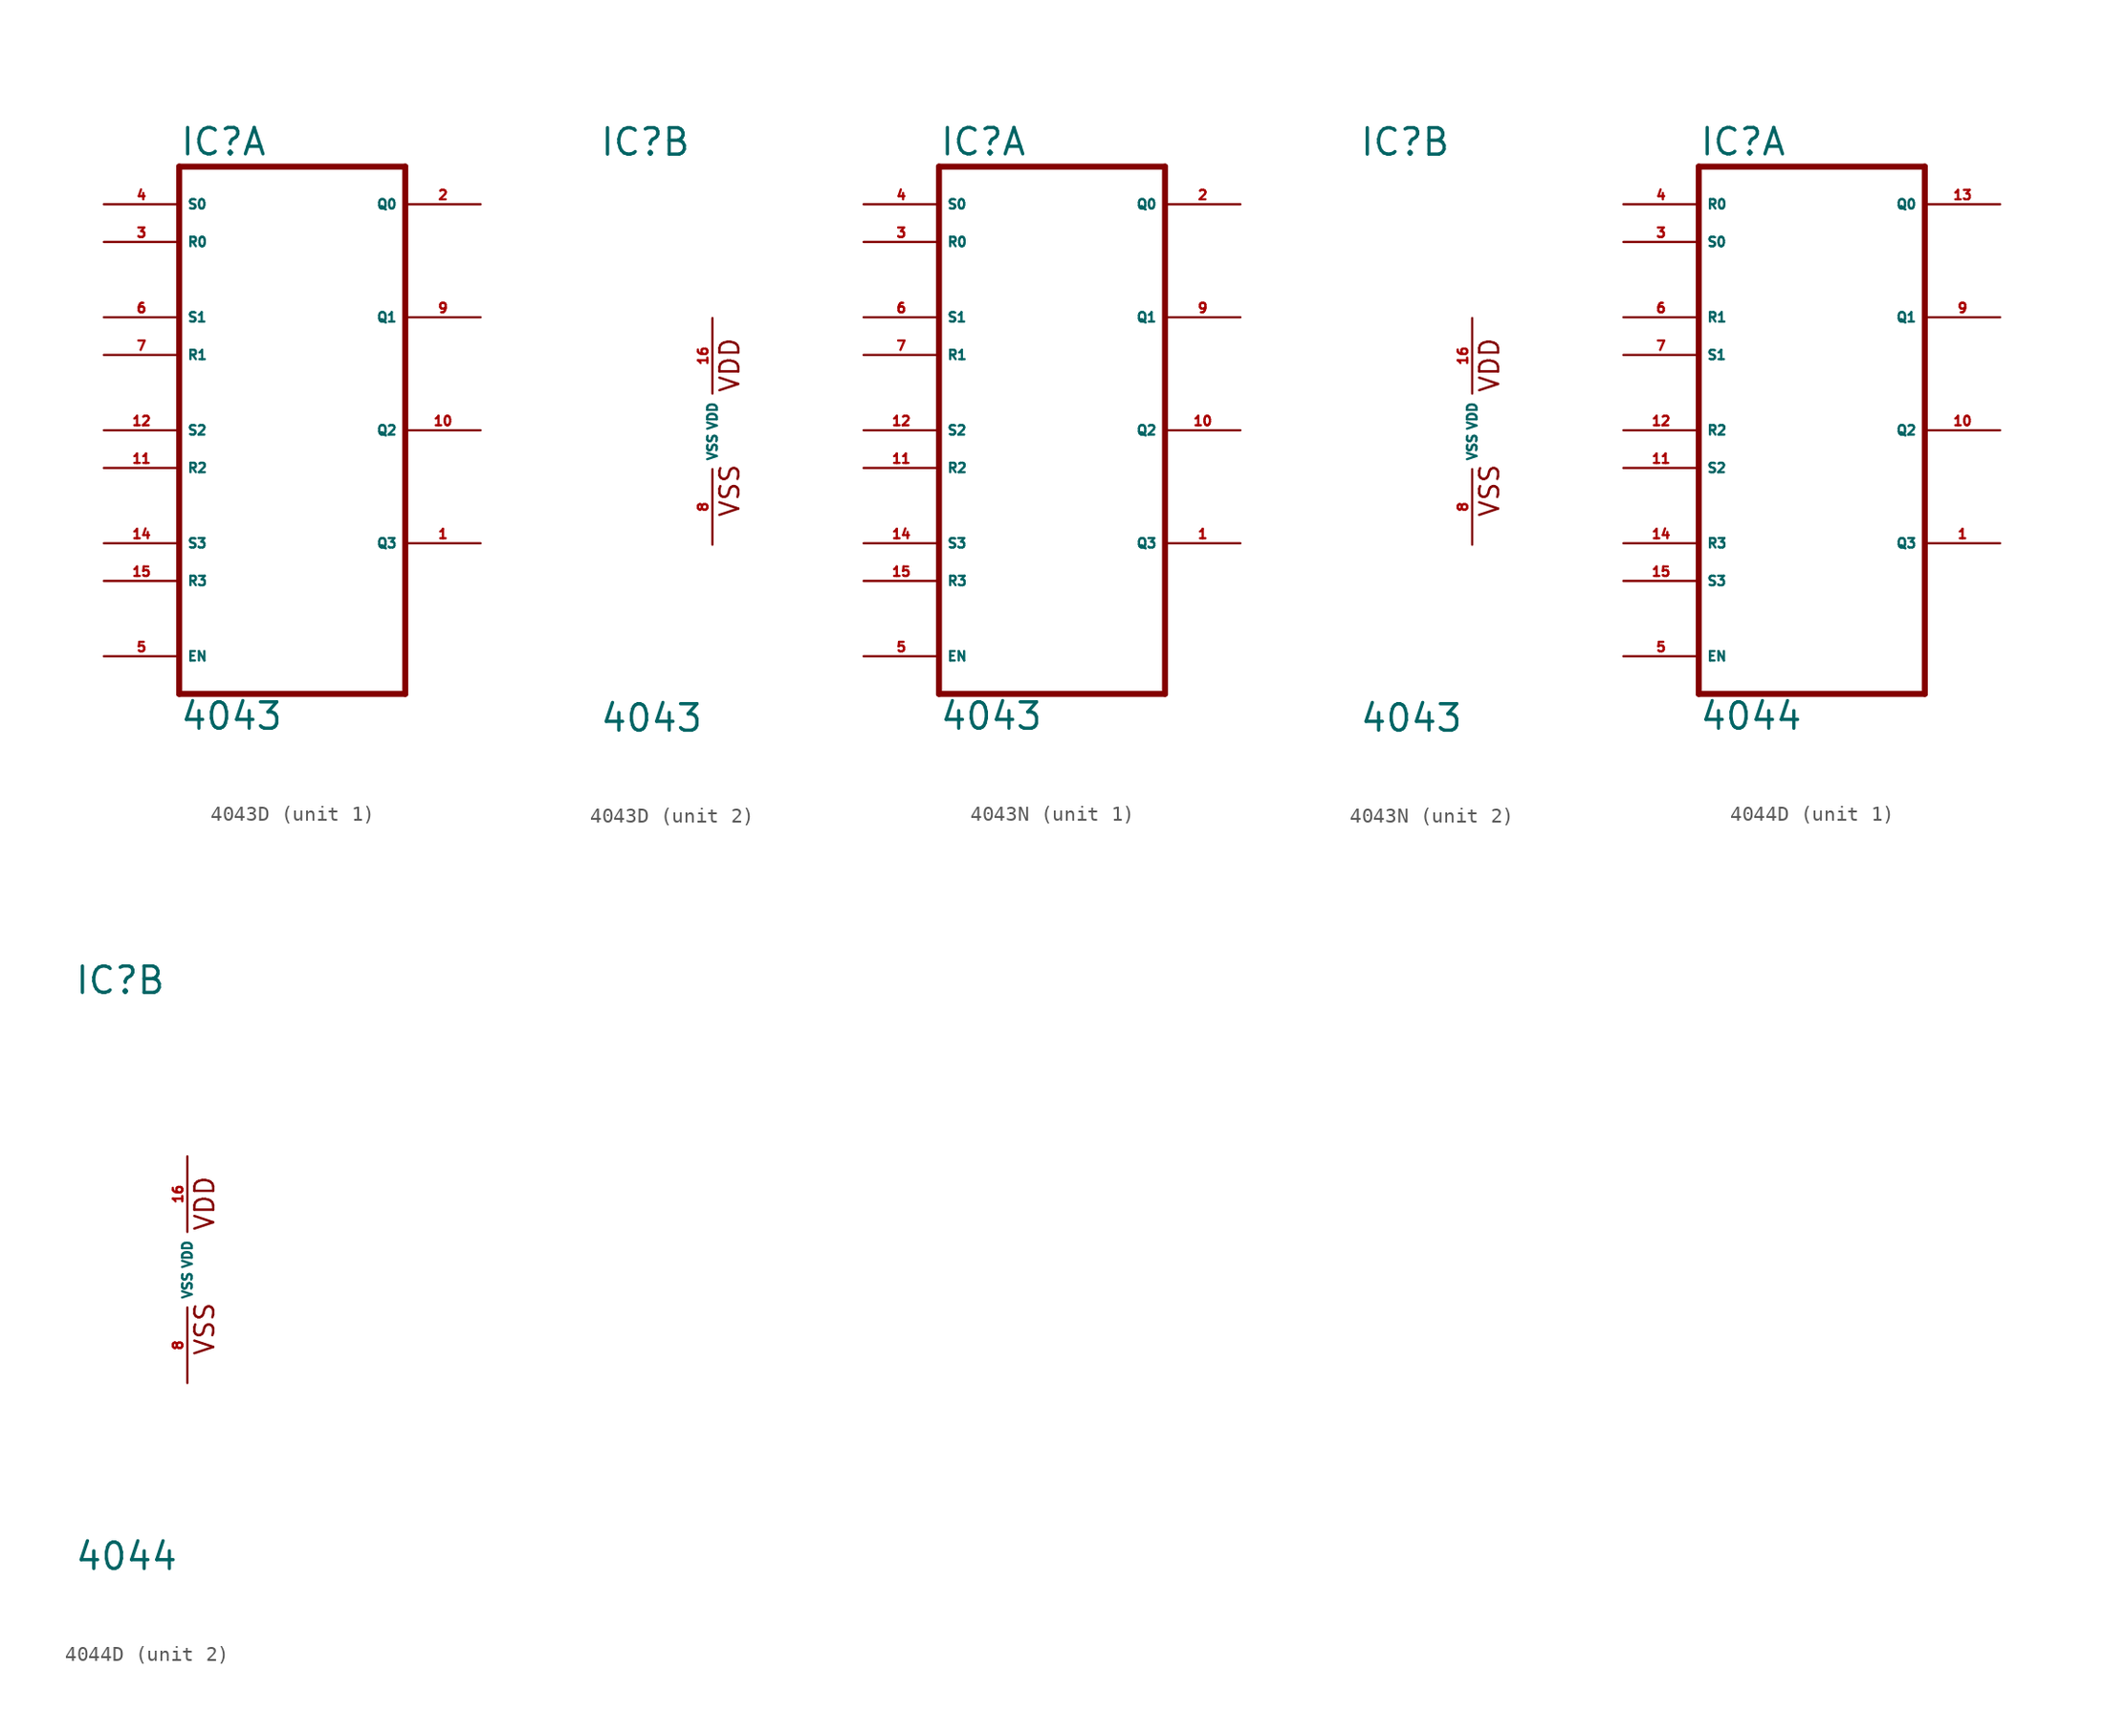
<source format=kicad_sym>
(kicad_symbol_lib
  (version 20220914)
  (generator Eagle2Kicad)
  (symbol "4043D"
    (property "Reference" "IC"
      (at -7.62 18.415 0)
      (effects (font (size 1.778 1.778) (thickness 0.22)) (justify left bottom)))
    (property "Value" "4043"
      (at -7.62 -20.32 0)
      (effects (font (size 1.778 1.778) (thickness 0.22)) (justify left bottom)))
    (symbol "4043D_1_0"
      (polyline (pts (xy -7.62 -17.78) (xy 7.62 -17.78)) (stroke (width 0.406) (type default)) (fill (type none)))
      (polyline (pts (xy 7.62 -17.78) (xy 7.62 17.78)) (stroke (width 0.406) (type default)) (fill (type none)))
      (polyline (pts (xy 7.62 17.78) (xy -7.62 17.78)) (stroke (width 0.406) (type default)) (fill (type none)))
      (polyline (pts (xy -7.62 17.78) (xy -7.62 -17.78)) (stroke (width 0.406) (type default)) (fill (type none)))
      (pin output line (at 12.7 -7.62 180) (length 5.08) (name "Q3" (effects (font (size 0.635 0.635) (thickness 0.08)) (justify left bottom))) (number "1" (effects (font (size 0.635 0.635) (thickness 0.08)) (justify left bottom))))
      (pin output line (at 12.7 15.24 180) (length 5.08) (name "Q0" (effects (font (size 0.635 0.635) (thickness 0.08)) (justify left bottom))) (number "2" (effects (font (size 0.635 0.635) (thickness 0.08)) (justify left bottom))))
      (pin input line (at -12.7 12.7 0) (length 5.08) (name "R0" (effects (font (size 0.635 0.635) (thickness 0.08)) (justify left bottom))) (number "3" (effects (font (size 0.635 0.635) (thickness 0.08)) (justify left bottom))))
      (pin input line (at -12.7 15.24 0) (length 5.08) (name "S0" (effects (font (size 0.635 0.635) (thickness 0.08)) (justify left bottom))) (number "4" (effects (font (size 0.635 0.635) (thickness 0.08)) (justify left bottom))))
      (pin input line (at -12.7 -15.24 0) (length 5.08) (name "EN" (effects (font (size 0.635 0.635) (thickness 0.08)) (justify left bottom))) (number "5" (effects (font (size 0.635 0.635) (thickness 0.08)) (justify left bottom))))
      (pin input line (at -12.7 7.62 0) (length 5.08) (name "S1" (effects (font (size 0.635 0.635) (thickness 0.08)) (justify left bottom))) (number "6" (effects (font (size 0.635 0.635) (thickness 0.08)) (justify left bottom))))
      (pin input line (at -12.7 5.08 0) (length 5.08) (name "R1" (effects (font (size 0.635 0.635) (thickness 0.08)) (justify left bottom))) (number "7" (effects (font (size 0.635 0.635) (thickness 0.08)) (justify left bottom))))
      (pin output line (at 12.7 7.62 180) (length 5.08) (name "Q1" (effects (font (size 0.635 0.635) (thickness 0.08)) (justify left bottom))) (number "9" (effects (font (size 0.635 0.635) (thickness 0.08)) (justify left bottom))))
      (pin output line (at 12.7 0 180) (length 5.08) (name "Q2" (effects (font (size 0.635 0.635) (thickness 0.08)) (justify left bottom))) (number "10" (effects (font (size 0.635 0.635) (thickness 0.08)) (justify left bottom))))
      (pin input line (at -12.7 -2.54 0) (length 5.08) (name "R2" (effects (font (size 0.635 0.635) (thickness 0.08)) (justify left bottom))) (number "11" (effects (font (size 0.635 0.635) (thickness 0.08)) (justify left bottom))))
      (pin input line (at -12.7 0 0) (length 5.08) (name "S2" (effects (font (size 0.635 0.635) (thickness 0.08)) (justify left bottom))) (number "12" (effects (font (size 0.635 0.635) (thickness 0.08)) (justify left bottom))))
      (pin input line (at -12.7 -7.62 0) (length 5.08) (name "S3" (effects (font (size 0.635 0.635) (thickness 0.08)) (justify left bottom))) (number "14" (effects (font (size 0.635 0.635) (thickness 0.08)) (justify left bottom))))
      (pin input line (at -12.7 -10.16 0) (length 5.08) (name "R3" (effects (font (size 0.635 0.635) (thickness 0.08)) (justify left bottom))) (number "15" (effects (font (size 0.635 0.635) (thickness 0.08)) (justify left bottom)))))
    (symbol "4043D_2_0"
      (text "VDD" (at 1.905 2.54 900) (effects (font (size 1.27 1.27) (thickness 0.16)) (justify left bottom)))
      (text "VSS" (at 1.905 -5.842 900) (effects (font (size 1.27 1.27) (thickness 0.16)) (justify left bottom)))
      (pin unspecified line (at 0 -7.62 90) (length 5.08) (name "VSS" (effects (font (size 0.635 0.635) (thickness 0.08)) (justify left bottom))) (number "8" (effects (font (size 0.635 0.635) (thickness 0.08)) (justify left bottom))))
      (pin unspecified line (at 0 7.62 270) (length 5.08) (name "VDD" (effects (font (size 0.635 0.635) (thickness 0.08)) (justify left bottom))) (number "16" (effects (font (size 0.635 0.635) (thickness 0.08)) (justify left bottom))))))
  (symbol "4043N"
    (property "Reference" "IC"
      (at -7.62 18.415 0)
      (effects (font (size 1.778 1.778) (thickness 0.22)) (justify left bottom)))
    (property "Value" "4043"
      (at -7.62 -20.32 0)
      (effects (font (size 1.778 1.778) (thickness 0.22)) (justify left bottom)))
    (symbol "4043N_1_0"
      (polyline (pts (xy -7.62 -17.78) (xy 7.62 -17.78)) (stroke (width 0.406) (type default)) (fill (type none)))
      (polyline (pts (xy 7.62 -17.78) (xy 7.62 17.78)) (stroke (width 0.406) (type default)) (fill (type none)))
      (polyline (pts (xy 7.62 17.78) (xy -7.62 17.78)) (stroke (width 0.406) (type default)) (fill (type none)))
      (polyline (pts (xy -7.62 17.78) (xy -7.62 -17.78)) (stroke (width 0.406) (type default)) (fill (type none)))
      (pin output line (at 12.7 -7.62 180) (length 5.08) (name "Q3" (effects (font (size 0.635 0.635) (thickness 0.08)) (justify left bottom))) (number "1" (effects (font (size 0.635 0.635) (thickness 0.08)) (justify left bottom))))
      (pin output line (at 12.7 15.24 180) (length 5.08) (name "Q0" (effects (font (size 0.635 0.635) (thickness 0.08)) (justify left bottom))) (number "2" (effects (font (size 0.635 0.635) (thickness 0.08)) (justify left bottom))))
      (pin input line (at -12.7 12.7 0) (length 5.08) (name "R0" (effects (font (size 0.635 0.635) (thickness 0.08)) (justify left bottom))) (number "3" (effects (font (size 0.635 0.635) (thickness 0.08)) (justify left bottom))))
      (pin input line (at -12.7 15.24 0) (length 5.08) (name "S0" (effects (font (size 0.635 0.635) (thickness 0.08)) (justify left bottom))) (number "4" (effects (font (size 0.635 0.635) (thickness 0.08)) (justify left bottom))))
      (pin input line (at -12.7 -15.24 0) (length 5.08) (name "EN" (effects (font (size 0.635 0.635) (thickness 0.08)) (justify left bottom))) (number "5" (effects (font (size 0.635 0.635) (thickness 0.08)) (justify left bottom))))
      (pin input line (at -12.7 7.62 0) (length 5.08) (name "S1" (effects (font (size 0.635 0.635) (thickness 0.08)) (justify left bottom))) (number "6" (effects (font (size 0.635 0.635) (thickness 0.08)) (justify left bottom))))
      (pin input line (at -12.7 5.08 0) (length 5.08) (name "R1" (effects (font (size 0.635 0.635) (thickness 0.08)) (justify left bottom))) (number "7" (effects (font (size 0.635 0.635) (thickness 0.08)) (justify left bottom))))
      (pin output line (at 12.7 7.62 180) (length 5.08) (name "Q1" (effects (font (size 0.635 0.635) (thickness 0.08)) (justify left bottom))) (number "9" (effects (font (size 0.635 0.635) (thickness 0.08)) (justify left bottom))))
      (pin output line (at 12.7 0 180) (length 5.08) (name "Q2" (effects (font (size 0.635 0.635) (thickness 0.08)) (justify left bottom))) (number "10" (effects (font (size 0.635 0.635) (thickness 0.08)) (justify left bottom))))
      (pin input line (at -12.7 -2.54 0) (length 5.08) (name "R2" (effects (font (size 0.635 0.635) (thickness 0.08)) (justify left bottom))) (number "11" (effects (font (size 0.635 0.635) (thickness 0.08)) (justify left bottom))))
      (pin input line (at -12.7 0 0) (length 5.08) (name "S2" (effects (font (size 0.635 0.635) (thickness 0.08)) (justify left bottom))) (number "12" (effects (font (size 0.635 0.635) (thickness 0.08)) (justify left bottom))))
      (pin input line (at -12.7 -7.62 0) (length 5.08) (name "S3" (effects (font (size 0.635 0.635) (thickness 0.08)) (justify left bottom))) (number "14" (effects (font (size 0.635 0.635) (thickness 0.08)) (justify left bottom))))
      (pin input line (at -12.7 -10.16 0) (length 5.08) (name "R3" (effects (font (size 0.635 0.635) (thickness 0.08)) (justify left bottom))) (number "15" (effects (font (size 0.635 0.635) (thickness 0.08)) (justify left bottom)))))
    (symbol "4043N_2_0"
      (text "VDD" (at 1.905 2.54 900) (effects (font (size 1.27 1.27) (thickness 0.16)) (justify left bottom)))
      (text "VSS" (at 1.905 -5.842 900) (effects (font (size 1.27 1.27) (thickness 0.16)) (justify left bottom)))
      (pin unspecified line (at 0 -7.62 90) (length 5.08) (name "VSS" (effects (font (size 0.635 0.635) (thickness 0.08)) (justify left bottom))) (number "8" (effects (font (size 0.635 0.635) (thickness 0.08)) (justify left bottom))))
      (pin unspecified line (at 0 7.62 270) (length 5.08) (name "VDD" (effects (font (size 0.635 0.635) (thickness 0.08)) (justify left bottom))) (number "16" (effects (font (size 0.635 0.635) (thickness 0.08)) (justify left bottom))))))
  (symbol "4044D"
    (property "Reference" "IC"
      (at -7.62 18.415 0)
      (effects (font (size 1.778 1.778) (thickness 0.22)) (justify left bottom)))
    (property "Value" "4044"
      (at -7.62 -20.32 0)
      (effects (font (size 1.778 1.778) (thickness 0.22)) (justify left bottom)))
    (symbol "4044D_1_0"
      (polyline (pts (xy -7.62 -17.78) (xy 7.62 -17.78)) (stroke (width 0.406) (type default)) (fill (type none)))
      (polyline (pts (xy 7.62 -17.78) (xy 7.62 17.78)) (stroke (width 0.406) (type default)) (fill (type none)))
      (polyline (pts (xy 7.62 17.78) (xy -7.62 17.78)) (stroke (width 0.406) (type default)) (fill (type none)))
      (polyline (pts (xy -7.62 17.78) (xy -7.62 -17.78)) (stroke (width 0.406) (type default)) (fill (type none)))
      (pin output line (at 12.7 -7.62 180) (length 5.08) (name "Q3" (effects (font (size 0.635 0.635) (thickness 0.08)) (justify left bottom))) (number "1" (effects (font (size 0.635 0.635) (thickness 0.08)) (justify left bottom))))
      (pin input line (at -12.7 12.7 0) (length 5.08) (name "S0" (effects (font (size 0.635 0.635) (thickness 0.08)) (justify left bottom))) (number "3" (effects (font (size 0.635 0.635) (thickness 0.08)) (justify left bottom))))
      (pin input line (at -12.7 15.24 0) (length 5.08) (name "R0" (effects (font (size 0.635 0.635) (thickness 0.08)) (justify left bottom))) (number "4" (effects (font (size 0.635 0.635) (thickness 0.08)) (justify left bottom))))
      (pin input line (at -12.7 -15.24 0) (length 5.08) (name "EN" (effects (font (size 0.635 0.635) (thickness 0.08)) (justify left bottom))) (number "5" (effects (font (size 0.635 0.635) (thickness 0.08)) (justify left bottom))))
      (pin input line (at -12.7 7.62 0) (length 5.08) (name "R1" (effects (font (size 0.635 0.635) (thickness 0.08)) (justify left bottom))) (number "6" (effects (font (size 0.635 0.635) (thickness 0.08)) (justify left bottom))))
      (pin input line (at -12.7 5.08 0) (length 5.08) (name "S1" (effects (font (size 0.635 0.635) (thickness 0.08)) (justify left bottom))) (number "7" (effects (font (size 0.635 0.635) (thickness 0.08)) (justify left bottom))))
      (pin output line (at 12.7 7.62 180) (length 5.08) (name "Q1" (effects (font (size 0.635 0.635) (thickness 0.08)) (justify left bottom))) (number "9" (effects (font (size 0.635 0.635) (thickness 0.08)) (justify left bottom))))
      (pin output line (at 12.7 0 180) (length 5.08) (name "Q2" (effects (font (size 0.635 0.635) (thickness 0.08)) (justify left bottom))) (number "10" (effects (font (size 0.635 0.635) (thickness 0.08)) (justify left bottom))))
      (pin input line (at -12.7 -2.54 0) (length 5.08) (name "S2" (effects (font (size 0.635 0.635) (thickness 0.08)) (justify left bottom))) (number "11" (effects (font (size 0.635 0.635) (thickness 0.08)) (justify left bottom))))
      (pin input line (at -12.7 0 0) (length 5.08) (name "R2" (effects (font (size 0.635 0.635) (thickness 0.08)) (justify left bottom))) (number "12" (effects (font (size 0.635 0.635) (thickness 0.08)) (justify left bottom))))
      (pin output line (at 12.7 15.24 180) (length 5.08) (name "Q0" (effects (font (size 0.635 0.635) (thickness 0.08)) (justify left bottom))) (number "13" (effects (font (size 0.635 0.635) (thickness 0.08)) (justify left bottom))))
      (pin input line (at -12.7 -7.62 0) (length 5.08) (name "R3" (effects (font (size 0.635 0.635) (thickness 0.08)) (justify left bottom))) (number "14" (effects (font (size 0.635 0.635) (thickness 0.08)) (justify left bottom))))
      (pin input line (at -12.7 -10.16 0) (length 5.08) (name "S3" (effects (font (size 0.635 0.635) (thickness 0.08)) (justify left bottom))) (number "15" (effects (font (size 0.635 0.635) (thickness 0.08)) (justify left bottom)))))
    (symbol "4044D_2_0"
      (text "VDD" (at 1.905 2.54 900) (effects (font (size 1.27 1.27) (thickness 0.16)) (justify left bottom)))
      (text "VSS" (at 1.905 -5.842 900) (effects (font (size 1.27 1.27) (thickness 0.16)) (justify left bottom)))
      (pin unspecified line (at 0 -7.62 90) (length 5.08) (name "VSS" (effects (font (size 0.635 0.635) (thickness 0.08)) (justify left bottom))) (number "8" (effects (font (size 0.635 0.635) (thickness 0.08)) (justify left bottom))))
      (pin unspecified line (at 0 7.62 270) (length 5.08) (name "VDD" (effects (font (size 0.635 0.635) (thickness 0.08)) (justify left bottom))) (number "16" (effects (font (size 0.635 0.635) (thickness 0.08)) (justify left bottom)))))))
</source>
